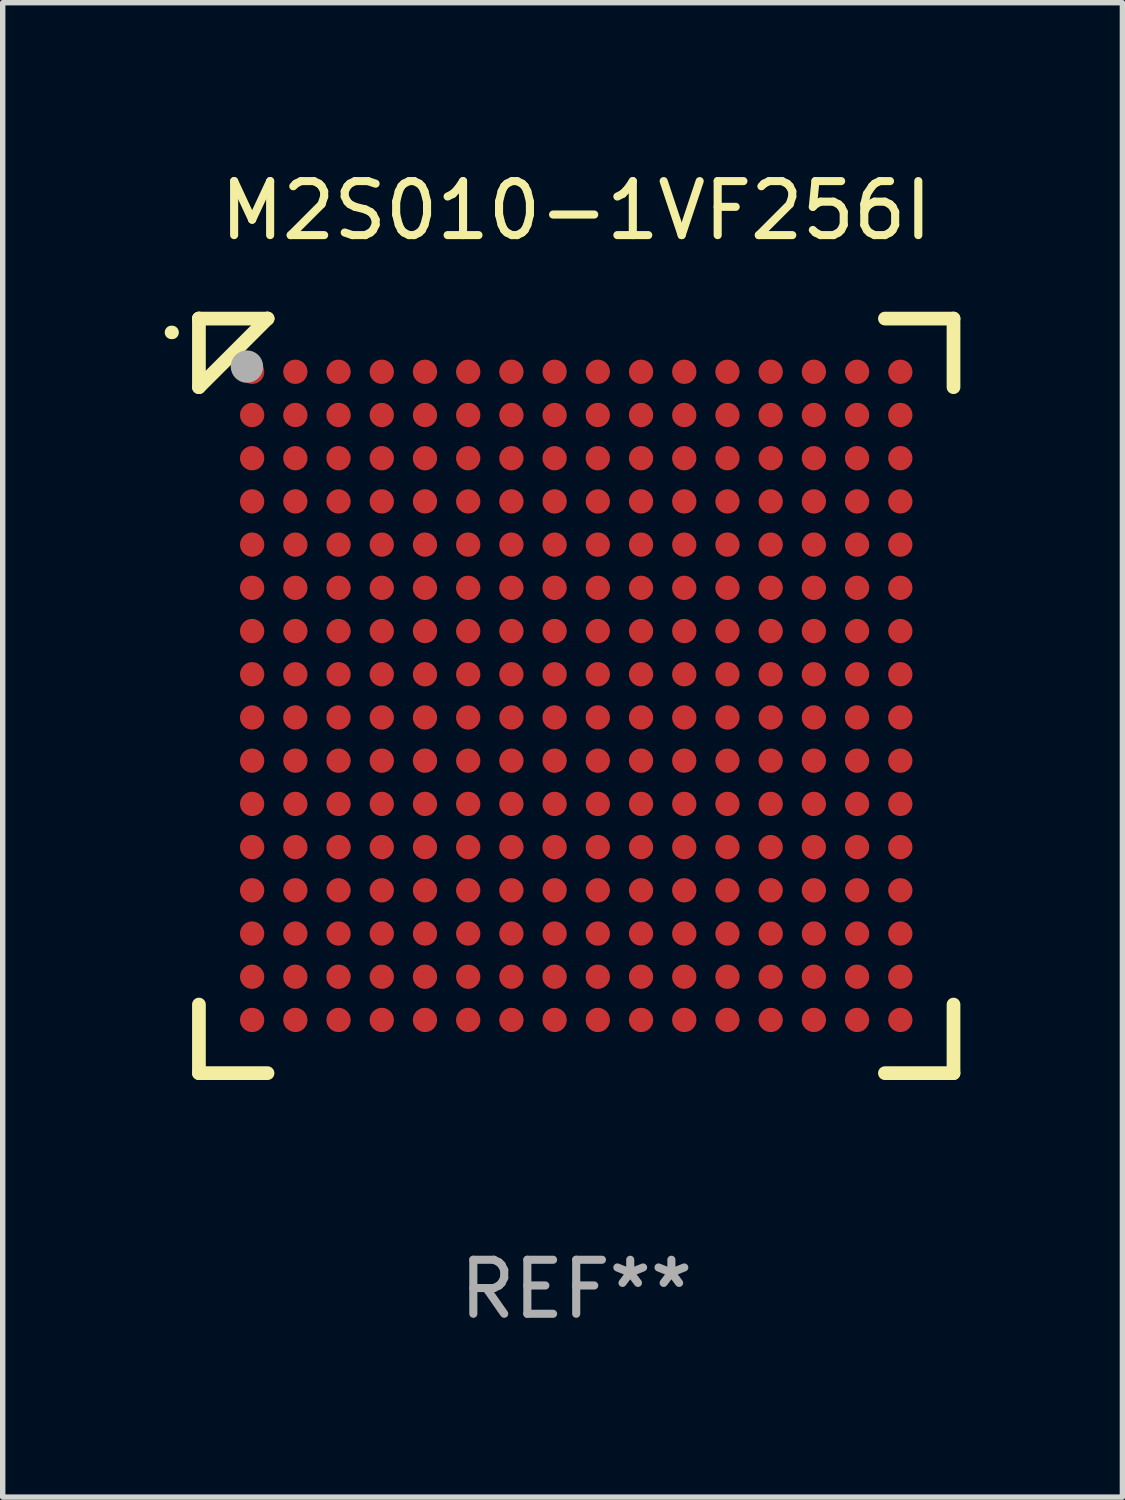
<source format=kicad_pcb>
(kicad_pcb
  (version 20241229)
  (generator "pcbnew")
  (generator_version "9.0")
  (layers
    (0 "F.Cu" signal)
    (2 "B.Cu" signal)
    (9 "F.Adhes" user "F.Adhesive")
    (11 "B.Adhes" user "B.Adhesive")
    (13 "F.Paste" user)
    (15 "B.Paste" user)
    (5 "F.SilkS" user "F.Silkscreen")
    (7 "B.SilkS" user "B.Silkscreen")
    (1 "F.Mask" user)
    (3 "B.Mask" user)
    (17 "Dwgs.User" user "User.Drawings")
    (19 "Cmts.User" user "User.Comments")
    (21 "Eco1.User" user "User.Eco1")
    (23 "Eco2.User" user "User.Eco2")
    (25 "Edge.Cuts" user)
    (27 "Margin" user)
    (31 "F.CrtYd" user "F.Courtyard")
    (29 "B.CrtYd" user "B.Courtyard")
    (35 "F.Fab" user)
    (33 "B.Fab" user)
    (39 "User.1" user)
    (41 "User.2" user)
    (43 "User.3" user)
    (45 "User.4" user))
  (footprint "M2S010-1VF256I"
    (layer "F.Cu")
    (at 7.618 9.833)
    (property "Reference" "M2S010-1VF256I" (at 0 -8.985 0) (layer "F.SilkS") (effects (font (size 1 1) (thickness 0.15))))
    (attr through_hole)
    (fp_line (start -6.985 -5.715) (end -6.985 -6.985) (stroke (width 0.254) (type solid)) (layer "F.SilkS"))
    (fp_line (start -6.985 6.985) (end -6.985 5.715) (stroke (width 0.254) (type solid)) (layer "F.SilkS"))
    (fp_line (start -6.985 -6.985) (end -6.985 -6.985) (stroke (width 0.254) (type solid)) (layer "F.SilkS"))
    (fp_line (start -5.715 -6.985) (end -6.985 -5.715) (stroke (width 0.254) (type solid)) (layer "F.SilkS"))
    (fp_line (start -5.715 6.985) (end -6.985 6.985) (stroke (width 0.254) (type solid)) (layer "F.SilkS"))
    (fp_line (start -5.715 -6.985) (end -6.985 -6.985) (stroke (width 0.254) (type solid)) (layer "F.SilkS"))
    (fp_line (start -5.715 -6.985) (end -5.715 -6.985) (stroke (width 0.254) (type solid)) (layer "F.SilkS"))
    (fp_line (start 5.715 -6.985) (end 6.985 -6.985) (stroke (width 0.254) (type solid)) (layer "F.SilkS"))
    (fp_line (start 6.985 -6.985) (end 6.985 -5.715) (stroke (width 0.254) (type solid)) (layer "F.SilkS"))
    (fp_line (start 6.985 5.715) (end 6.985 6.985) (stroke (width 0.254) (type solid)) (layer "F.SilkS"))
    (fp_line (start 6.985 6.985) (end 5.715 6.985) (stroke (width 0.254) (type solid)) (layer "F.SilkS"))
    (fp_arc (start -7.493091 -6.729032) (mid -7.487536 -6.72889) (end -7.481991 -6.728524) (stroke (width 0.249987) (type solid)) (layer "F.SilkS"))
    (fp_circle (center -7 -7) (end -6.97 -7) (stroke (width 0.06) (type solid)) (fill no) (layer "F.SilkS"))
    (fp_circle (center -6.096 -6.096) (end -5.946 -6.096) (stroke (width 0.3) (type solid)) (fill no) (layer "F.Fab"))
    (fp_text user "REF**" (at 0 10.985 0) (layer "F.Fab") (effects (font (size 1 1) (thickness 0.15))))
    (pad "A1" smd circle (at -6 -6) (size 0.45 0.45) (layers "F.Cu" "F.Mask" "F.Paste"))
    (pad "A2" smd circle (at -5.2 -6) (size 0.45 0.45) (layers "F.Cu" "F.Mask" "F.Paste"))
    (pad "A3" smd circle (at -4.4 -6) (size 0.45 0.45) (layers "F.Cu" "F.Mask" "F.Paste"))
    (pad "A4" smd circle (at -3.6 -6) (size 0.45 0.45) (layers "F.Cu" "F.Mask" "F.Paste"))
    (pad "A5" smd circle (at -2.8 -6) (size 0.45 0.45) (layers "F.Cu" "F.Mask" "F.Paste"))
    (pad "A6" smd circle (at -2 -6) (size 0.45 0.45) (layers "F.Cu" "F.Mask" "F.Paste"))
    (pad "A7" smd circle (at -1.2 -6) (size 0.45 0.45) (layers "F.Cu" "F.Mask" "F.Paste"))
    (pad "A8" smd circle (at -0.4 -6) (size 0.45 0.45) (layers "F.Cu" "F.Mask" "F.Paste"))
    (pad "A9" smd circle (at 0.4 -6) (size 0.45 0.45) (layers "F.Cu" "F.Mask" "F.Paste"))
    (pad "A10" smd circle (at 1.2 -6) (size 0.45 0.45) (layers "F.Cu" "F.Mask" "F.Paste"))
    (pad "A11" smd circle (at 2 -6) (size 0.45 0.45) (layers "F.Cu" "F.Mask" "F.Paste"))
    (pad "A12" smd circle (at 2.8 -6) (size 0.45 0.45) (layers "F.Cu" "F.Mask" "F.Paste"))
    (pad "A13" smd circle (at 3.6 -6) (size 0.45 0.45) (layers "F.Cu" "F.Mask" "F.Paste"))
    (pad "A14" smd circle (at 4.4 -6) (size 0.45 0.45) (layers "F.Cu" "F.Mask" "F.Paste"))
    (pad "A15" smd circle (at 5.2 -6) (size 0.45 0.45) (layers "F.Cu" "F.Mask" "F.Paste"))
    (pad "A16" smd circle (at 6 -6) (size 0.45 0.45) (layers "F.Cu" "F.Mask" "F.Paste"))
    (pad "B1" smd circle (at -6 -5.2) (size 0.45 0.45) (layers "F.Cu" "F.Mask" "F.Paste"))
    (pad "B2" smd circle (at -5.2 -5.2) (size 0.45 0.45) (layers "F.Cu" "F.Mask" "F.Paste"))
    (pad "B3" smd circle (at -4.4 -5.2) (size 0.45 0.45) (layers "F.Cu" "F.Mask" "F.Paste"))
    (pad "B4" smd circle (at -3.6 -5.2) (size 0.45 0.45) (layers "F.Cu" "F.Mask" "F.Paste"))
    (pad "B5" smd circle (at -2.8 -5.2) (size 0.45 0.45) (layers "F.Cu" "F.Mask" "F.Paste"))
    (pad "B6" smd circle (at -2 -5.2) (size 0.45 0.45) (layers "F.Cu" "F.Mask" "F.Paste"))
    (pad "B7" smd circle (at -1.2 -5.2) (size 0.45 0.45) (layers "F.Cu" "F.Mask" "F.Paste"))
    (pad "B8" smd circle (at -0.4 -5.2) (size 0.45 0.45) (layers "F.Cu" "F.Mask" "F.Paste"))
    (pad "B9" smd circle (at 0.4 -5.2) (size 0.45 0.45) (layers "F.Cu" "F.Mask" "F.Paste"))
    (pad "B10" smd circle (at 1.2 -5.2) (size 0.45 0.45) (layers "F.Cu" "F.Mask" "F.Paste"))
    (pad "B11" smd circle (at 2 -5.2) (size 0.45 0.45) (layers "F.Cu" "F.Mask" "F.Paste"))
    (pad "B12" smd circle (at 2.8 -5.2) (size 0.45 0.45) (layers "F.Cu" "F.Mask" "F.Paste"))
    (pad "B13" smd circle (at 3.6 -5.2) (size 0.45 0.45) (layers "F.Cu" "F.Mask" "F.Paste"))
    (pad "B14" smd circle (at 4.4 -5.2) (size 0.45 0.45) (layers "F.Cu" "F.Mask" "F.Paste"))
    (pad "B15" smd circle (at 5.2 -5.2) (size 0.45 0.45) (layers "F.Cu" "F.Mask" "F.Paste"))
    (pad "B16" smd circle (at 6 -5.2) (size 0.45 0.45) (layers "F.Cu" "F.Mask" "F.Paste"))
    (pad "C1" smd circle (at -6 -4.4) (size 0.45 0.45) (layers "F.Cu" "F.Mask" "F.Paste"))
    (pad "C2" smd circle (at -5.2 -4.4) (size 0.45 0.45) (layers "F.Cu" "F.Mask" "F.Paste"))
    (pad "C3" smd circle (at -4.4 -4.4) (size 0.45 0.45) (layers "F.Cu" "F.Mask" "F.Paste"))
    (pad "C4" smd circle (at -3.6 -4.4) (size 0.45 0.45) (layers "F.Cu" "F.Mask" "F.Paste"))
    (pad "C5" smd circle (at -2.8 -4.4) (size 0.45 0.45) (layers "F.Cu" "F.Mask" "F.Paste"))
    (pad "C6" smd circle (at -2 -4.4) (size 0.45 0.45) (layers "F.Cu" "F.Mask" "F.Paste"))
    (pad "C7" smd circle (at -1.2 -4.4) (size 0.45 0.45) (layers "F.Cu" "F.Mask" "F.Paste"))
    (pad "C8" smd circle (at -0.4 -4.4) (size 0.45 0.45) (layers "F.Cu" "F.Mask" "F.Paste"))
    (pad "C9" smd circle (at 0.4 -4.4) (size 0.45 0.45) (layers "F.Cu" "F.Mask" "F.Paste"))
    (pad "C10" smd circle (at 1.2 -4.4) (size 0.45 0.45) (layers "F.Cu" "F.Mask" "F.Paste"))
    (pad "C11" smd circle (at 2 -4.4) (size 0.45 0.45) (layers "F.Cu" "F.Mask" "F.Paste"))
    (pad "C12" smd circle (at 2.8 -4.4) (size 0.45 0.45) (layers "F.Cu" "F.Mask" "F.Paste"))
    (pad "C13" smd circle (at 3.6 -4.4) (size 0.45 0.45) (layers "F.Cu" "F.Mask" "F.Paste"))
    (pad "C14" smd circle (at 4.4 -4.4) (size 0.45 0.45) (layers "F.Cu" "F.Mask" "F.Paste"))
    (pad "C15" smd circle (at 5.2 -4.4) (size 0.45 0.45) (layers "F.Cu" "F.Mask" "F.Paste"))
    (pad "C16" smd circle (at 6 -4.4) (size 0.45 0.45) (layers "F.Cu" "F.Mask" "F.Paste"))
    (pad "D1" smd circle (at -6 -3.6) (size 0.45 0.45) (layers "F.Cu" "F.Mask" "F.Paste"))
    (pad "D2" smd circle (at -5.2 -3.6) (size 0.45 0.45) (layers "F.Cu" "F.Mask" "F.Paste"))
    (pad "D3" smd circle (at -4.4 -3.6) (size 0.45 0.45) (layers "F.Cu" "F.Mask" "F.Paste"))
    (pad "D4" smd circle (at -3.6 -3.6) (size 0.45 0.45) (layers "F.Cu" "F.Mask" "F.Paste"))
    (pad "D5" smd circle (at -2.8 -3.6) (size 0.45 0.45) (layers "F.Cu" "F.Mask" "F.Paste"))
    (pad "D6" smd circle (at -2 -3.6) (size 0.45 0.45) (layers "F.Cu" "F.Mask" "F.Paste"))
    (pad "D7" smd circle (at -1.2 -3.6) (size 0.45 0.45) (layers "F.Cu" "F.Mask" "F.Paste"))
    (pad "D8" smd circle (at -0.4 -3.6) (size 0.45 0.45) (layers "F.Cu" "F.Mask" "F.Paste"))
    (pad "D9" smd circle (at 0.4 -3.6) (size 0.45 0.45) (layers "F.Cu" "F.Mask" "F.Paste"))
    (pad "D10" smd circle (at 1.2 -3.6) (size 0.45 0.45) (layers "F.Cu" "F.Mask" "F.Paste"))
    (pad "D11" smd circle (at 2 -3.6) (size 0.45 0.45) (layers "F.Cu" "F.Mask" "F.Paste"))
    (pad "D12" smd circle (at 2.8 -3.6) (size 0.45 0.45) (layers "F.Cu" "F.Mask" "F.Paste"))
    (pad "D13" smd circle (at 3.6 -3.6) (size 0.45 0.45) (layers "F.Cu" "F.Mask" "F.Paste"))
    (pad "D14" smd circle (at 4.4 -3.6) (size 0.45 0.45) (layers "F.Cu" "F.Mask" "F.Paste"))
    (pad "D15" smd circle (at 5.2 -3.6) (size 0.45 0.45) (layers "F.Cu" "F.Mask" "F.Paste"))
    (pad "D16" smd circle (at 6 -3.6) (size 0.45 0.45) (layers "F.Cu" "F.Mask" "F.Paste"))
    (pad "E1" smd circle (at -6 -2.8) (size 0.45 0.45) (layers "F.Cu" "F.Mask" "F.Paste"))
    (pad "E2" smd circle (at -5.2 -2.8) (size 0.45 0.45) (layers "F.Cu" "F.Mask" "F.Paste"))
    (pad "E3" smd circle (at -4.4 -2.8) (size 0.45 0.45) (layers "F.Cu" "F.Mask" "F.Paste"))
    (pad "E4" smd circle (at -3.6 -2.8) (size 0.45 0.45) (layers "F.Cu" "F.Mask" "F.Paste"))
    (pad "E5" smd circle (at -2.8 -2.8) (size 0.45 0.45) (layers "F.Cu" "F.Mask" "F.Paste"))
    (pad "E6" smd circle (at -2 -2.8) (size 0.45 0.45) (layers "F.Cu" "F.Mask" "F.Paste"))
    (pad "E7" smd circle (at -1.2 -2.8) (size 0.45 0.45) (layers "F.Cu" "F.Mask" "F.Paste"))
    (pad "E8" smd circle (at -0.4 -2.8) (size 0.45 0.45) (layers "F.Cu" "F.Mask" "F.Paste"))
    (pad "E9" smd circle (at 0.4 -2.8) (size 0.45 0.45) (layers "F.Cu" "F.Mask" "F.Paste"))
    (pad "E10" smd circle (at 1.2 -2.8) (size 0.45 0.45) (layers "F.Cu" "F.Mask" "F.Paste"))
    (pad "E11" smd circle (at 2 -2.8) (size 0.45 0.45) (layers "F.Cu" "F.Mask" "F.Paste"))
    (pad "E12" smd circle (at 2.8 -2.8) (size 0.45 0.45) (layers "F.Cu" "F.Mask" "F.Paste"))
    (pad "E13" smd circle (at 3.6 -2.8) (size 0.45 0.45) (layers "F.Cu" "F.Mask" "F.Paste"))
    (pad "E14" smd circle (at 4.4 -2.8) (size 0.45 0.45) (layers "F.Cu" "F.Mask" "F.Paste"))
    (pad "E15" smd circle (at 5.2 -2.8) (size 0.45 0.45) (layers "F.Cu" "F.Mask" "F.Paste"))
    (pad "E16" smd circle (at 6 -2.8) (size 0.45 0.45) (layers "F.Cu" "F.Mask" "F.Paste"))
    (pad "F1" smd circle (at -6 -2) (size 0.45 0.45) (layers "F.Cu" "F.Mask" "F.Paste"))
    (pad "F2" smd circle (at -5.2 -2) (size 0.45 0.45) (layers "F.Cu" "F.Mask" "F.Paste"))
    (pad "F3" smd circle (at -4.4 -2) (size 0.45 0.45) (layers "F.Cu" "F.Mask" "F.Paste"))
    (pad "F4" smd circle (at -3.6 -2) (size 0.45 0.45) (layers "F.Cu" "F.Mask" "F.Paste"))
    (pad "F5" smd circle (at -2.8 -2) (size 0.45 0.45) (layers "F.Cu" "F.Mask" "F.Paste"))
    (pad "F6" smd circle (at -2 -2) (size 0.45 0.45) (layers "F.Cu" "F.Mask" "F.Paste"))
    (pad "F7" smd circle (at -1.2 -2) (size 0.45 0.45) (layers "F.Cu" "F.Mask" "F.Paste"))
    (pad "F8" smd circle (at -0.4 -2) (size 0.45 0.45) (layers "F.Cu" "F.Mask" "F.Paste"))
    (pad "F9" smd circle (at 0.4 -2) (size 0.45 0.45) (layers "F.Cu" "F.Mask" "F.Paste"))
    (pad "F10" smd circle (at 1.2 -2) (size 0.45 0.45) (layers "F.Cu" "F.Mask" "F.Paste"))
    (pad "F11" smd circle (at 2 -2) (size 0.45 0.45) (layers "F.Cu" "F.Mask" "F.Paste"))
    (pad "F12" smd circle (at 2.8 -2) (size 0.45 0.45) (layers "F.Cu" "F.Mask" "F.Paste"))
    (pad "F13" smd circle (at 3.6 -2) (size 0.45 0.45) (layers "F.Cu" "F.Mask" "F.Paste"))
    (pad "F14" smd circle (at 4.4 -2) (size 0.45 0.45) (layers "F.Cu" "F.Mask" "F.Paste"))
    (pad "F15" smd circle (at 5.2 -2) (size 0.45 0.45) (layers "F.Cu" "F.Mask" "F.Paste"))
    (pad "F16" smd circle (at 6 -2) (size 0.45 0.45) (layers "F.Cu" "F.Mask" "F.Paste"))
    (pad "G1" smd circle (at -6 -1.2) (size 0.45 0.45) (layers "F.Cu" "F.Mask" "F.Paste"))
    (pad "G2" smd circle (at -5.2 -1.2) (size 0.45 0.45) (layers "F.Cu" "F.Mask" "F.Paste"))
    (pad "G3" smd circle (at -4.4 -1.2) (size 0.45 0.45) (layers "F.Cu" "F.Mask" "F.Paste"))
    (pad "G4" smd circle (at -3.6 -1.2) (size 0.45 0.45) (layers "F.Cu" "F.Mask" "F.Paste"))
    (pad "G5" smd circle (at -2.8 -1.2) (size 0.45 0.45) (layers "F.Cu" "F.Mask" "F.Paste"))
    (pad "G6" smd circle (at -2 -1.2) (size 0.45 0.45) (layers "F.Cu" "F.Mask" "F.Paste"))
    (pad "G7" smd circle (at -1.2 -1.2) (size 0.45 0.45) (layers "F.Cu" "F.Mask" "F.Paste"))
    (pad "G8" smd circle (at -0.4 -1.2) (size 0.45 0.45) (layers "F.Cu" "F.Mask" "F.Paste"))
    (pad "G9" smd circle (at 0.4 -1.2) (size 0.45 0.45) (layers "F.Cu" "F.Mask" "F.Paste"))
    (pad "G10" smd circle (at 1.2 -1.2) (size 0.45 0.45) (layers "F.Cu" "F.Mask" "F.Paste"))
    (pad "G11" smd circle (at 2 -1.2) (size 0.45 0.45) (layers "F.Cu" "F.Mask" "F.Paste"))
    (pad "G12" smd circle (at 2.8 -1.2) (size 0.45 0.45) (layers "F.Cu" "F.Mask" "F.Paste"))
    (pad "G13" smd circle (at 3.6 -1.2) (size 0.45 0.45) (layers "F.Cu" "F.Mask" "F.Paste"))
    (pad "G14" smd circle (at 4.4 -1.2) (size 0.45 0.45) (layers "F.Cu" "F.Mask" "F.Paste"))
    (pad "G15" smd circle (at 5.2 -1.2) (size 0.45 0.45) (layers "F.Cu" "F.Mask" "F.Paste"))
    (pad "G16" smd circle (at 6 -1.2) (size 0.45 0.45) (layers "F.Cu" "F.Mask" "F.Paste"))
    (pad "H1" smd circle (at -6 -0.4) (size 0.45 0.45) (layers "F.Cu" "F.Mask" "F.Paste"))
    (pad "H2" smd circle (at -5.2 -0.4) (size 0.45 0.45) (layers "F.Cu" "F.Mask" "F.Paste"))
    (pad "H3" smd circle (at -4.4 -0.4) (size 0.45 0.45) (layers "F.Cu" "F.Mask" "F.Paste"))
    (pad "H4" smd circle (at -3.6 -0.4) (size 0.45 0.45) (layers "F.Cu" "F.Mask" "F.Paste"))
    (pad "H5" smd circle (at -2.8 -0.4) (size 0.45 0.45) (layers "F.Cu" "F.Mask" "F.Paste"))
    (pad "H6" smd circle (at -2 -0.4) (size 0.45 0.45) (layers "F.Cu" "F.Mask" "F.Paste"))
    (pad "H7" smd circle (at -1.2 -0.4) (size 0.45 0.45) (layers "F.Cu" "F.Mask" "F.Paste"))
    (pad "H8" smd circle (at -0.4 -0.4) (size 0.45 0.45) (layers "F.Cu" "F.Mask" "F.Paste"))
    (pad "H9" smd circle (at 0.4 -0.4) (size 0.45 0.45) (layers "F.Cu" "F.Mask" "F.Paste"))
    (pad "H10" smd circle (at 1.2 -0.4) (size 0.45 0.45) (layers "F.Cu" "F.Mask" "F.Paste"))
    (pad "H11" smd circle (at 2 -0.4) (size 0.45 0.45) (layers "F.Cu" "F.Mask" "F.Paste"))
    (pad "H12" smd circle (at 2.8 -0.4) (size 0.45 0.45) (layers "F.Cu" "F.Mask" "F.Paste"))
    (pad "H13" smd circle (at 3.6 -0.4) (size 0.45 0.45) (layers "F.Cu" "F.Mask" "F.Paste"))
    (pad "H14" smd circle (at 4.4 -0.4) (size 0.45 0.45) (layers "F.Cu" "F.Mask" "F.Paste"))
    (pad "H15" smd circle (at 5.2 -0.4) (size 0.45 0.45) (layers "F.Cu" "F.Mask" "F.Paste"))
    (pad "H16" smd circle (at 6 -0.4) (size 0.45 0.45) (layers "F.Cu" "F.Mask" "F.Paste"))
    (pad "J1" smd circle (at -6 0.4) (size 0.45 0.45) (layers "F.Cu" "F.Mask" "F.Paste"))
    (pad "J2" smd circle (at -5.2 0.4) (size 0.45 0.45) (layers "F.Cu" "F.Mask" "F.Paste"))
    (pad "J3" smd circle (at -4.4 0.4) (size 0.45 0.45) (layers "F.Cu" "F.Mask" "F.Paste"))
    (pad "J4" smd circle (at -3.6 0.4) (size 0.45 0.45) (layers "F.Cu" "F.Mask" "F.Paste"))
    (pad "J5" smd circle (at -2.8 0.4) (size 0.45 0.45) (layers "F.Cu" "F.Mask" "F.Paste"))
    (pad "J6" smd circle (at -2 0.4) (size 0.45 0.45) (layers "F.Cu" "F.Mask" "F.Paste"))
    (pad "J7" smd circle (at -1.2 0.4) (size 0.45 0.45) (layers "F.Cu" "F.Mask" "F.Paste"))
    (pad "J8" smd circle (at -0.4 0.4) (size 0.45 0.45) (layers "F.Cu" "F.Mask" "F.Paste"))
    (pad "J9" smd circle (at 0.4 0.4) (size 0.45 0.45) (layers "F.Cu" "F.Mask" "F.Paste"))
    (pad "J10" smd circle (at 1.2 0.4) (size 0.45 0.45) (layers "F.Cu" "F.Mask" "F.Paste"))
    (pad "J11" smd circle (at 2 0.4) (size 0.45 0.45) (layers "F.Cu" "F.Mask" "F.Paste"))
    (pad "J12" smd circle (at 2.8 0.4) (size 0.45 0.45) (layers "F.Cu" "F.Mask" "F.Paste"))
    (pad "J13" smd circle (at 3.6 0.4) (size 0.45 0.45) (layers "F.Cu" "F.Mask" "F.Paste"))
    (pad "J14" smd circle (at 4.4 0.4) (size 0.45 0.45) (layers "F.Cu" "F.Mask" "F.Paste"))
    (pad "J15" smd circle (at 5.2 0.4) (size 0.45 0.45) (layers "F.Cu" "F.Mask" "F.Paste"))
    (pad "J16" smd circle (at 6 0.4) (size 0.45 0.45) (layers "F.Cu" "F.Mask" "F.Paste"))
    (pad "K1" smd circle (at -6 1.2) (size 0.45 0.45) (layers "F.Cu" "F.Mask" "F.Paste"))
    (pad "K2" smd circle (at -5.2 1.2) (size 0.45 0.45) (layers "F.Cu" "F.Mask" "F.Paste"))
    (pad "K3" smd circle (at -4.4 1.2) (size 0.45 0.45) (layers "F.Cu" "F.Mask" "F.Paste"))
    (pad "K4" smd circle (at -3.6 1.2) (size 0.45 0.45) (layers "F.Cu" "F.Mask" "F.Paste"))
    (pad "K5" smd circle (at -2.8 1.2) (size 0.45 0.45) (layers "F.Cu" "F.Mask" "F.Paste"))
    (pad "K6" smd circle (at -2 1.2) (size 0.45 0.45) (layers "F.Cu" "F.Mask" "F.Paste"))
    (pad "K7" smd circle (at -1.2 1.2) (size 0.45 0.45) (layers "F.Cu" "F.Mask" "F.Paste"))
    (pad "K8" smd circle (at -0.4 1.2) (size 0.45 0.45) (layers "F.Cu" "F.Mask" "F.Paste"))
    (pad "K9" smd circle (at 0.4 1.2) (size 0.45 0.45) (layers "F.Cu" "F.Mask" "F.Paste"))
    (pad "K10" smd circle (at 1.2 1.2) (size 0.45 0.45) (layers "F.Cu" "F.Mask" "F.Paste"))
    (pad "K11" smd circle (at 2 1.2) (size 0.45 0.45) (layers "F.Cu" "F.Mask" "F.Paste"))
    (pad "K12" smd circle (at 2.8 1.2) (size 0.45 0.45) (layers "F.Cu" "F.Mask" "F.Paste"))
    (pad "K13" smd circle (at 3.6 1.2) (size 0.45 0.45) (layers "F.Cu" "F.Mask" "F.Paste"))
    (pad "K14" smd circle (at 4.4 1.2) (size 0.45 0.45) (layers "F.Cu" "F.Mask" "F.Paste"))
    (pad "K15" smd circle (at 5.2 1.2) (size 0.45 0.45) (layers "F.Cu" "F.Mask" "F.Paste"))
    (pad "K16" smd circle (at 6 1.2) (size 0.45 0.45) (layers "F.Cu" "F.Mask" "F.Paste"))
    (pad "L1" smd circle (at -6 2) (size 0.45 0.45) (layers "F.Cu" "F.Mask" "F.Paste"))
    (pad "L2" smd circle (at -5.2 2) (size 0.45 0.45) (layers "F.Cu" "F.Mask" "F.Paste"))
    (pad "L3" smd circle (at -4.4 2) (size 0.45 0.45) (layers "F.Cu" "F.Mask" "F.Paste"))
    (pad "L4" smd circle (at -3.6 2) (size 0.45 0.45) (layers "F.Cu" "F.Mask" "F.Paste"))
    (pad "L5" smd circle (at -2.8 2) (size 0.45 0.45) (layers "F.Cu" "F.Mask" "F.Paste"))
    (pad "L6" smd circle (at -2 2) (size 0.45 0.45) (layers "F.Cu" "F.Mask" "F.Paste"))
    (pad "L7" smd circle (at -1.2 2) (size 0.45 0.45) (layers "F.Cu" "F.Mask" "F.Paste"))
    (pad "L8" smd circle (at -0.4 2) (size 0.45 0.45) (layers "F.Cu" "F.Mask" "F.Paste"))
    (pad "L9" smd circle (at 0.4 2) (size 0.45 0.45) (layers "F.Cu" "F.Mask" "F.Paste"))
    (pad "L10" smd circle (at 1.2 2) (size 0.45 0.45) (layers "F.Cu" "F.Mask" "F.Paste"))
    (pad "L11" smd circle (at 2 2) (size 0.45 0.45) (layers "F.Cu" "F.Mask" "F.Paste"))
    (pad "L12" smd circle (at 2.8 2) (size 0.45 0.45) (layers "F.Cu" "F.Mask" "F.Paste"))
    (pad "L13" smd circle (at 3.6 2) (size 0.45 0.45) (layers "F.Cu" "F.Mask" "F.Paste"))
    (pad "L14" smd circle (at 4.4 2) (size 0.45 0.45) (layers "F.Cu" "F.Mask" "F.Paste"))
    (pad "L15" smd circle (at 5.2 2) (size 0.45 0.45) (layers "F.Cu" "F.Mask" "F.Paste"))
    (pad "L16" smd circle (at 6 2) (size 0.45 0.45) (layers "F.Cu" "F.Mask" "F.Paste"))
    (pad "M1" smd circle (at -6 2.8) (size 0.45 0.45) (layers "F.Cu" "F.Mask" "F.Paste"))
    (pad "M2" smd circle (at -5.2 2.8) (size 0.45 0.45) (layers "F.Cu" "F.Mask" "F.Paste"))
    (pad "M3" smd circle (at -4.4 2.8) (size 0.45 0.45) (layers "F.Cu" "F.Mask" "F.Paste"))
    (pad "M4" smd circle (at -3.6 2.8) (size 0.45 0.45) (layers "F.Cu" "F.Mask" "F.Paste"))
    (pad "M5" smd circle (at -2.8 2.8) (size 0.45 0.45) (layers "F.Cu" "F.Mask" "F.Paste"))
    (pad "M6" smd circle (at -2 2.8) (size 0.45 0.45) (layers "F.Cu" "F.Mask" "F.Paste"))
    (pad "M7" smd circle (at -1.2 2.8) (size 0.45 0.45) (layers "F.Cu" "F.Mask" "F.Paste"))
    (pad "M8" smd circle (at -0.4 2.8) (size 0.45 0.45) (layers "F.Cu" "F.Mask" "F.Paste"))
    (pad "M9" smd circle (at 0.4 2.8) (size 0.45 0.45) (layers "F.Cu" "F.Mask" "F.Paste"))
    (pad "M10" smd circle (at 1.2 2.8) (size 0.45 0.45) (layers "F.Cu" "F.Mask" "F.Paste"))
    (pad "M11" smd circle (at 2 2.8) (size 0.45 0.45) (layers "F.Cu" "F.Mask" "F.Paste"))
    (pad "M12" smd circle (at 2.8 2.8) (size 0.45 0.45) (layers "F.Cu" "F.Mask" "F.Paste"))
    (pad "M13" smd circle (at 3.6 2.8) (size 0.45 0.45) (layers "F.Cu" "F.Mask" "F.Paste"))
    (pad "M14" smd circle (at 4.4 2.8) (size 0.45 0.45) (layers "F.Cu" "F.Mask" "F.Paste"))
    (pad "M15" smd circle (at 5.2 2.8) (size 0.45 0.45) (layers "F.Cu" "F.Mask" "F.Paste"))
    (pad "M16" smd circle (at 6 2.8) (size 0.45 0.45) (layers "F.Cu" "F.Mask" "F.Paste"))
    (pad "N1" smd circle (at -6 3.6) (size 0.45 0.45) (layers "F.Cu" "F.Mask" "F.Paste"))
    (pad "N2" smd circle (at -5.2 3.6) (size 0.45 0.45) (layers "F.Cu" "F.Mask" "F.Paste"))
    (pad "N3" smd circle (at -4.4 3.6) (size 0.45 0.45) (layers "F.Cu" "F.Mask" "F.Paste"))
    (pad "N4" smd circle (at -3.6 3.6) (size 0.45 0.45) (layers "F.Cu" "F.Mask" "F.Paste"))
    (pad "N5" smd circle (at -2.8 3.6) (size 0.45 0.45) (layers "F.Cu" "F.Mask" "F.Paste"))
    (pad "N6" smd circle (at -2 3.6) (size 0.45 0.45) (layers "F.Cu" "F.Mask" "F.Paste"))
    (pad "N7" smd circle (at -1.2 3.6) (size 0.45 0.45) (layers "F.Cu" "F.Mask" "F.Paste"))
    (pad "N8" smd circle (at -0.4 3.6) (size 0.45 0.45) (layers "F.Cu" "F.Mask" "F.Paste"))
    (pad "N9" smd circle (at 0.4 3.6) (size 0.45 0.45) (layers "F.Cu" "F.Mask" "F.Paste"))
    (pad "N10" smd circle (at 1.2 3.6) (size 0.45 0.45) (layers "F.Cu" "F.Mask" "F.Paste"))
    (pad "N11" smd circle (at 2 3.6) (size 0.45 0.45) (layers "F.Cu" "F.Mask" "F.Paste"))
    (pad "N12" smd circle (at 2.8 3.6) (size 0.45 0.45) (layers "F.Cu" "F.Mask" "F.Paste"))
    (pad "N13" smd circle (at 3.6 3.6) (size 0.45 0.45) (layers "F.Cu" "F.Mask" "F.Paste"))
    (pad "N14" smd circle (at 4.4 3.6) (size 0.45 0.45) (layers "F.Cu" "F.Mask" "F.Paste"))
    (pad "N15" smd circle (at 5.2 3.6) (size 0.45 0.45) (layers "F.Cu" "F.Mask" "F.Paste"))
    (pad "N16" smd circle (at 6 3.6) (size 0.45 0.45) (layers "F.Cu" "F.Mask" "F.Paste"))
    (pad "P1" smd circle (at -6 4.4) (size 0.45 0.45) (layers "F.Cu" "F.Mask" "F.Paste"))
    (pad "P2" smd circle (at -5.2 4.4) (size 0.45 0.45) (layers "F.Cu" "F.Mask" "F.Paste"))
    (pad "P3" smd circle (at -4.4 4.4) (size 0.45 0.45) (layers "F.Cu" "F.Mask" "F.Paste"))
    (pad "P4" smd circle (at -3.6 4.4) (size 0.45 0.45) (layers "F.Cu" "F.Mask" "F.Paste"))
    (pad "P5" smd circle (at -2.8 4.4) (size 0.45 0.45) (layers "F.Cu" "F.Mask" "F.Paste"))
    (pad "P6" smd circle (at -2 4.4) (size 0.45 0.45) (layers "F.Cu" "F.Mask" "F.Paste"))
    (pad "P7" smd circle (at -1.2 4.4) (size 0.45 0.45) (layers "F.Cu" "F.Mask" "F.Paste"))
    (pad "P8" smd circle (at -0.4 4.4) (size 0.45 0.45) (layers "F.Cu" "F.Mask" "F.Paste"))
    (pad "P9" smd circle (at 0.4 4.4) (size 0.45 0.45) (layers "F.Cu" "F.Mask" "F.Paste"))
    (pad "P10" smd circle (at 1.2 4.4) (size 0.45 0.45) (layers "F.Cu" "F.Mask" "F.Paste"))
    (pad "P11" smd circle (at 2 4.4) (size 0.45 0.45) (layers "F.Cu" "F.Mask" "F.Paste"))
    (pad "P12" smd circle (at 2.8 4.4) (size 0.45 0.45) (layers "F.Cu" "F.Mask" "F.Paste"))
    (pad "P13" smd circle (at 3.6 4.4) (size 0.45 0.45) (layers "F.Cu" "F.Mask" "F.Paste"))
    (pad "P14" smd circle (at 4.4 4.4) (size 0.45 0.45) (layers "F.Cu" "F.Mask" "F.Paste"))
    (pad "P15" smd circle (at 5.2 4.4) (size 0.45 0.45) (layers "F.Cu" "F.Mask" "F.Paste"))
    (pad "P16" smd circle (at 6 4.4) (size 0.45 0.45) (layers "F.Cu" "F.Mask" "F.Paste"))
    (pad "R1" smd circle (at -6 5.2) (size 0.45 0.45) (layers "F.Cu" "F.Mask" "F.Paste"))
    (pad "R2" smd circle (at -5.2 5.2) (size 0.45 0.45) (layers "F.Cu" "F.Mask" "F.Paste"))
    (pad "R3" smd circle (at -4.4 5.2) (size 0.45 0.45) (layers "F.Cu" "F.Mask" "F.Paste"))
    (pad "R4" smd circle (at -3.6 5.2) (size 0.45 0.45) (layers "F.Cu" "F.Mask" "F.Paste"))
    (pad "R5" smd circle (at -2.8 5.2) (size 0.45 0.45) (layers "F.Cu" "F.Mask" "F.Paste"))
    (pad "R6" smd circle (at -2 5.2) (size 0.45 0.45) (layers "F.Cu" "F.Mask" "F.Paste"))
    (pad "R7" smd circle (at -1.2 5.2) (size 0.45 0.45) (layers "F.Cu" "F.Mask" "F.Paste"))
    (pad "R8" smd circle (at -0.4 5.2) (size 0.45 0.45) (layers "F.Cu" "F.Mask" "F.Paste"))
    (pad "R9" smd circle (at 0.4 5.2) (size 0.45 0.45) (layers "F.Cu" "F.Mask" "F.Paste"))
    (pad "R10" smd circle (at 1.2 5.2) (size 0.45 0.45) (layers "F.Cu" "F.Mask" "F.Paste"))
    (pad "R11" smd circle (at 2 5.2) (size 0.45 0.45) (layers "F.Cu" "F.Mask" "F.Paste"))
    (pad "R12" smd circle (at 2.8 5.2) (size 0.45 0.45) (layers "F.Cu" "F.Mask" "F.Paste"))
    (pad "R13" smd circle (at 3.6 5.2) (size 0.45 0.45) (layers "F.Cu" "F.Mask" "F.Paste"))
    (pad "R14" smd circle (at 4.4 5.2) (size 0.45 0.45) (layers "F.Cu" "F.Mask" "F.Paste"))
    (pad "R15" smd circle (at 5.2 5.2) (size 0.45 0.45) (layers "F.Cu" "F.Mask" "F.Paste"))
    (pad "R16" smd circle (at 6 5.2) (size 0.45 0.45) (layers "F.Cu" "F.Mask" "F.Paste"))
    (pad "T1" smd circle (at -6 6) (size 0.45 0.45) (layers "F.Cu" "F.Mask" "F.Paste"))
    (pad "T2" smd circle (at -5.2 6) (size 0.45 0.45) (layers "F.Cu" "F.Mask" "F.Paste"))
    (pad "T3" smd circle (at -4.4 6) (size 0.45 0.45) (layers "F.Cu" "F.Mask" "F.Paste"))
    (pad "T4" smd circle (at -3.6 6) (size 0.45 0.45) (layers "F.Cu" "F.Mask" "F.Paste"))
    (pad "T5" smd circle (at -2.8 6) (size 0.45 0.45) (layers "F.Cu" "F.Mask" "F.Paste"))
    (pad "T6" smd circle (at -2 6) (size 0.45 0.45) (layers "F.Cu" "F.Mask" "F.Paste"))
    (pad "T7" smd circle (at -1.2 6) (size 0.45 0.45) (layers "F.Cu" "F.Mask" "F.Paste"))
    (pad "T8" smd circle (at -0.4 6) (size 0.45 0.45) (layers "F.Cu" "F.Mask" "F.Paste"))
    (pad "T9" smd circle (at 0.4 6) (size 0.45 0.45) (layers "F.Cu" "F.Mask" "F.Paste"))
    (pad "T10" smd circle (at 1.2 6) (size 0.45 0.45) (layers "F.Cu" "F.Mask" "F.Paste"))
    (pad "T11" smd circle (at 2 6) (size 0.45 0.45) (layers "F.Cu" "F.Mask" "F.Paste"))
    (pad "T12" smd circle (at 2.8 6) (size 0.45 0.45) (layers "F.Cu" "F.Mask" "F.Paste"))
    (pad "T13" smd circle (at 3.6 6) (size 0.45 0.45) (layers "F.Cu" "F.Mask" "F.Paste"))
    (pad "T14" smd circle (at 4.4 6) (size 0.45 0.45) (layers "F.Cu" "F.Mask" "F.Paste"))
    (pad "T15" smd circle (at 5.2 6) (size 0.45 0.45) (layers "F.Cu" "F.Mask" "F.Paste"))
    (pad "T16" smd circle (at 6 6) (size 0.45 0.45) (layers "F.Cu" "F.Mask" "F.Paste")))
  (gr_rect
    (start -3 -3)
    (end 17.73 24.667)
    (stroke (width 0.1) (type default))
    (fill no)
    (layer "Edge.Cuts")))
</source>
